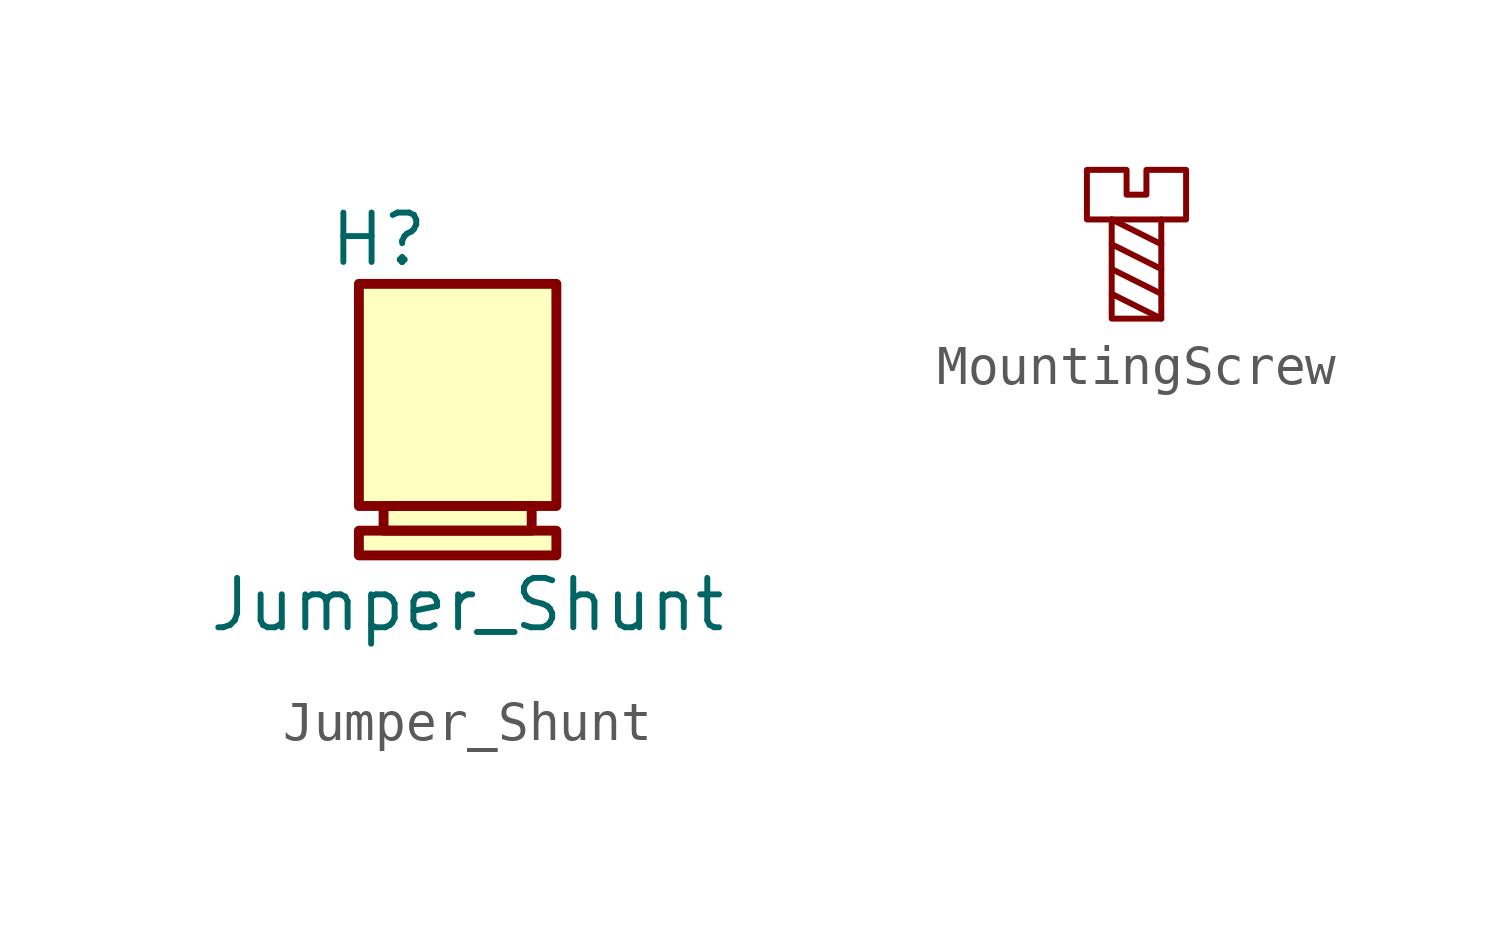
<source format=kicad_sym>
(kicad_symbol_lib
  (version 20241209)
  (generator "kicad_symbol_editor")
  (generator_version "9.0")
  (symbol "Jumper_Shunt"
    (property "Reference" "H"
      (at -2.032 4.064 0)
      (do_not_autoplace)
      (effects (font (size 1.27 1.27))))
    (property "Value" "Jumper_Shunt"
      (at 0.254 -5.334 0)
      (effects (font (size 1.27 1.27))))
    (symbol "Jumper_Shunt_1_1"
      (rectangle (start -2.54 2.921) (end 2.54 -2.794) (stroke (width 0.254) (type solid)) (fill (type background)))
      (rectangle (start -2.54 -3.429) (end 2.54 -4.064) (stroke (width 0.254) (type solid)) (fill (type background)))
      (rectangle (start -1.905 -2.794) (end 1.905 -3.429) (stroke (width 0.254) (type solid)) (fill (type background)))))
  (symbol "MountingScrew"
    (property "Reference" "H"
      (at 0 4.064 0)
      (effects (font (size 1.27 1.27)) (hide yes)))
    (symbol "MountingScrew_0_1"
      (polyline (pts (xy -0.635 1.27) (xy 0.635 1.27)) (stroke (width 0) (type default)) (fill (type none)))
      (polyline (pts (xy -0.635 1.27) (xy 0.635 0.635)) (stroke (width 0) (type default)) (fill (type none)))
      (polyline (pts (xy -0.635 0.635) (xy 0.635 0)) (stroke (width 0) (type default)) (fill (type none)))
      (polyline (pts (xy -0.635 0) (xy 0.635 -0.635)) (stroke (width 0) (type default)) (fill (type none)))
      (polyline (pts (xy -0.635 -0.635) (xy 0.635 -1.27)) (stroke (width 0) (type default)) (fill (type none)))
      (polyline (pts (xy 0.635 -1.27) (xy 0.635 1.27) (xy 1.27 1.27) (xy 1.27 2.54) (xy 0.254 2.54) (xy 0.254 1.905) (xy -0.254 1.905) (xy -0.254 2.54) (xy -1.27 2.54) (xy -1.27 1.27) (xy -0.635 1.27) (xy -0.635 -1.27) (xy 0.635 -1.27)) (stroke (width 0) (type default)) (fill (type none))))))
</source>
